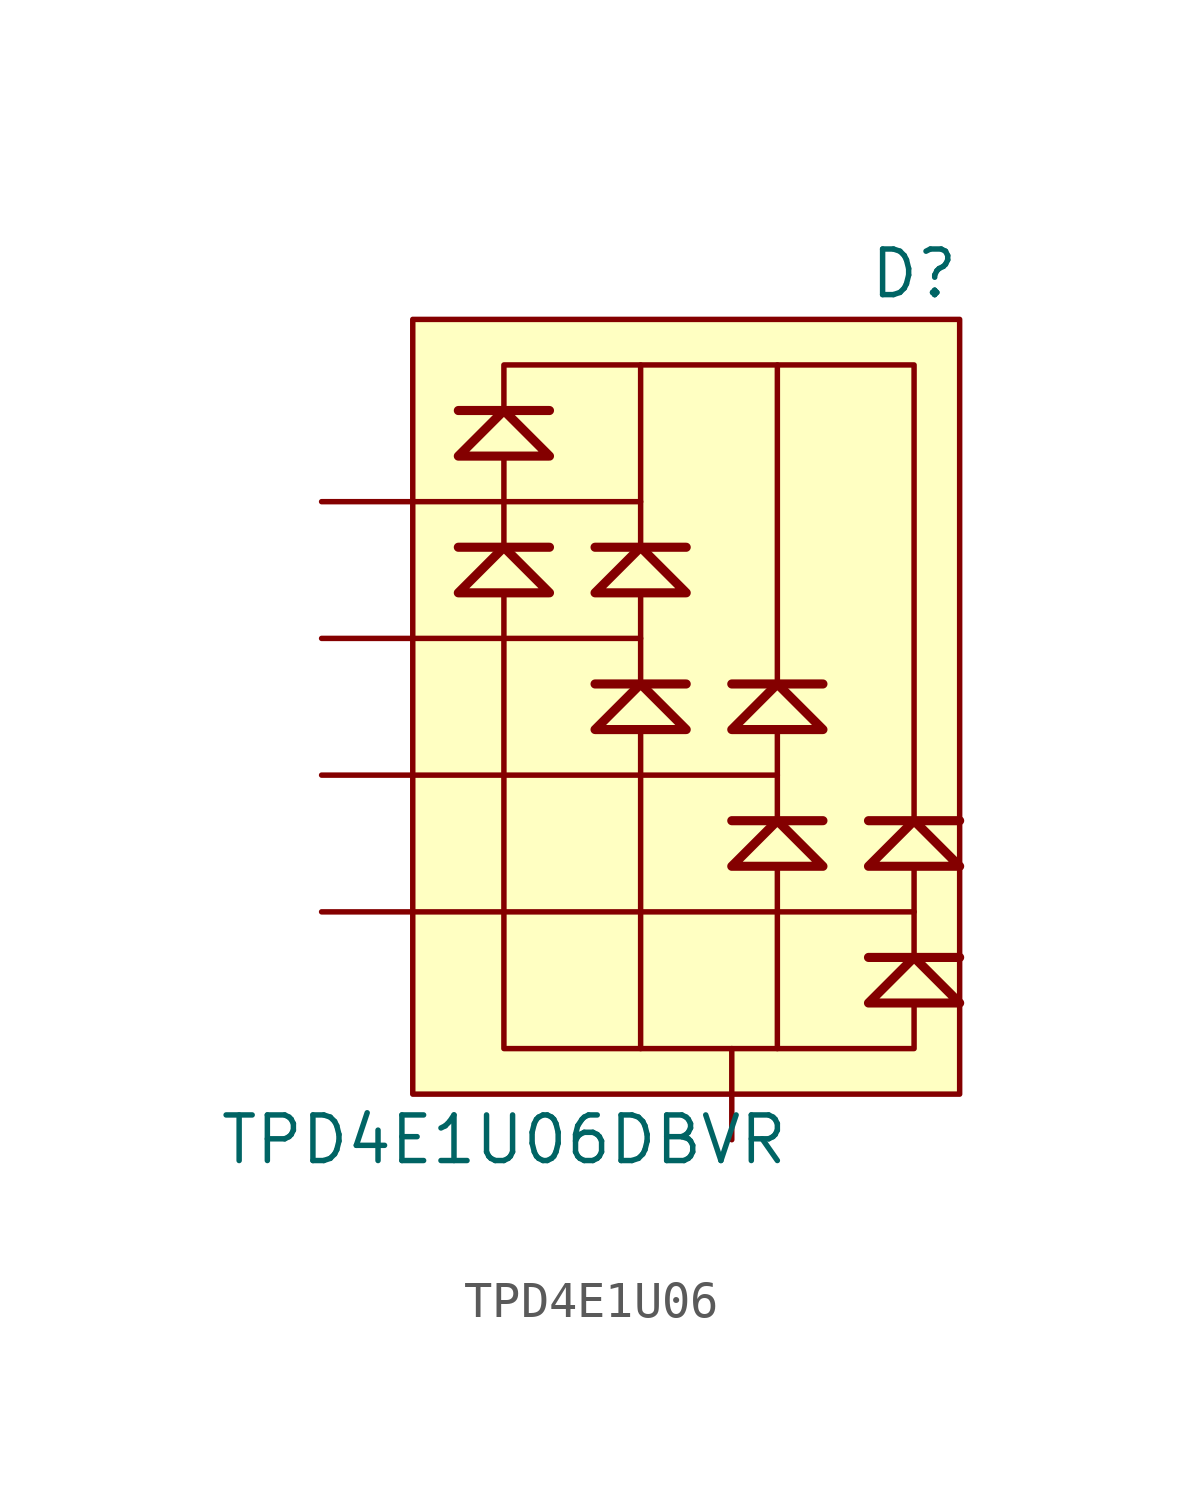
<source format=kicad_sym>
(kicad_symbol_lib
  (version 20220914)
  (generator kicad_symbol_editor)
  (symbol "TPD4E1U06"
    (pin_numbers hide)
    (pin_names
      (offset 1.016) hide)
    (property "Reference" "D"
      (at 5.08 12.7 0)
      (effects (font (size 1.27 1.27))))
    (property "Value" "TPD4E1U06DBVR"
      (at -6.35 -11.43 0)
      (effects (font (size 1.27 1.27))))
    (symbol "TPD4E1U06_0_1"
      (polyline (pts (xy -6.35 5.08) (xy -6.35 7.62)) (stroke (width 0) (type default)) (fill (type none)))
      (polyline (pts (xy -2.54 0) (xy -2.54 -8.89)) (stroke (width 0) (type default)) (fill (type none)))
      (polyline (pts (xy -2.54 1.27) (xy -2.54 3.81)) (stroke (width 0) (type default)) (fill (type none)))
      (polyline (pts (xy -2.54 2.54) (xy -8.89 2.54)) (stroke (width 0) (type default)) (fill (type none)))
      (polyline (pts (xy -2.54 5.08) (xy -2.54 10.16)) (stroke (width 0) (type default)) (fill (type none)))
      (polyline (pts (xy -2.54 6.35) (xy -8.89 6.35)) (stroke (width 0) (type default)) (fill (type none)))
      (polyline (pts (xy 1.27 -3.81) (xy 1.27 -8.89)) (stroke (width 0) (type default)) (fill (type none)))
      (polyline (pts (xy 1.27 -2.54) (xy 1.27 0)) (stroke (width 0) (type default)) (fill (type none)))
      (polyline (pts (xy 1.27 -1.27) (xy -8.89 -1.27)) (stroke (width 0) (type default)) (fill (type none)))
      (polyline (pts (xy 1.27 1.27) (xy 1.27 10.16)) (stroke (width 0) (type default)) (fill (type none)))
      (polyline (pts (xy 5.08 -6.35) (xy 5.08 -3.81)) (stroke (width 0) (type default)) (fill (type none)))
      (polyline (pts (xy 5.08 -5.08) (xy -8.89 -5.08)) (stroke (width 0) (type default)) (fill (type none)))
      (polyline (pts (xy -7.62 5.08) (xy -7.62 5.08) (xy -5.08 5.08) (xy -5.08 5.08)) (stroke (width 0.254) (type default)) (fill (type none)))
      (polyline (pts (xy -7.62 8.89) (xy -7.62 8.89) (xy -5.08 8.89) (xy -5.08 8.89)) (stroke (width 0.254) (type default)) (fill (type none)))
      (polyline (pts (xy -6.35 8.89) (xy -6.35 10.16) (xy 5.08 10.16) (xy 5.08 -2.54)) (stroke (width 0) (type default)) (fill (type none)))
      (polyline (pts (xy -3.81 1.27) (xy -3.81 1.27) (xy -1.27 1.27) (xy -1.27 1.27)) (stroke (width 0.254) (type default)) (fill (type none)))
      (polyline (pts (xy -3.81 5.08) (xy -3.81 5.08) (xy -1.27 5.08) (xy -1.27 5.08)) (stroke (width 0.254) (type default)) (fill (type none)))
      (polyline (pts (xy 0 -2.54) (xy 0 -2.54) (xy 2.54 -2.54) (xy 2.54 -2.54)) (stroke (width 0.254) (type default)) (fill (type none)))
      (polyline (pts (xy 0 1.27) (xy 0 1.27) (xy 2.54 1.27) (xy 2.54 1.27)) (stroke (width 0.254) (type default)) (fill (type none)))
      (polyline (pts (xy 3.81 -6.35) (xy 3.81 -6.35) (xy 6.35 -6.35) (xy 6.35 -6.35)) (stroke (width 0.254) (type default)) (fill (type none)))
      (polyline (pts (xy 3.81 -2.54) (xy 3.81 -2.54) (xy 6.35 -2.54) (xy 6.35 -2.54)) (stroke (width 0.254) (type default)) (fill (type none)))
      (polyline (pts (xy 5.08 -7.62) (xy 5.08 -8.89) (xy -6.35 -8.89) (xy -6.35 3.81)) (stroke (width 0) (type default)) (fill (type none)))
      (polyline (pts (xy -7.62 3.81) (xy -5.08 3.81) (xy -6.35 5.08) (xy -6.35 5.08) (xy -7.62 3.81)) (stroke (width 0.254) (type default)) (fill (type none)))
      (polyline (pts (xy -7.62 7.62) (xy -5.08 7.62) (xy -6.35 8.89) (xy -6.35 8.89) (xy -7.62 7.62)) (stroke (width 0.254) (type default)) (fill (type none)))
      (polyline (pts (xy -3.81 0) (xy -1.27 0) (xy -2.54 1.27) (xy -2.54 1.27) (xy -3.81 0)) (stroke (width 0.254) (type default)) (fill (type none)))
      (polyline (pts (xy -3.81 3.81) (xy -1.27 3.81) (xy -2.54 5.08) (xy -2.54 5.08) (xy -3.81 3.81)) (stroke (width 0.254) (type default)) (fill (type none)))
      (polyline (pts (xy 0 -3.81) (xy 2.54 -3.81) (xy 1.27 -2.54) (xy 1.27 -2.54) (xy 0 -3.81)) (stroke (width 0.254) (type default)) (fill (type none)))
      (polyline (pts (xy 0 0) (xy 2.54 0) (xy 1.27 1.27) (xy 1.27 1.27) (xy 0 0)) (stroke (width 0.254) (type default)) (fill (type none)))
      (polyline (pts (xy 3.81 -7.62) (xy 6.35 -7.62) (xy 5.08 -6.35) (xy 5.08 -6.35) (xy 3.81 -7.62)) (stroke (width 0.254) (type default)) (fill (type none)))
      (polyline (pts (xy 3.81 -3.81) (xy 6.35 -3.81) (xy 5.08 -2.54) (xy 5.08 -2.54) (xy 3.81 -3.81)) (stroke (width 0.254) (type default)) (fill (type none))))
    (symbol "TPD4E1U06_1_1"
      (rectangle (start -8.89 11.43) (end 6.35 -10.16) (stroke (width 0) (type default)) (fill (type background)))
      (pin passive line (at -11.43 6.35 0) (length 2.54) (name "D1+" (effects (font (size 1.27 1.27)))) (number "1" (effects (font (size 1.27 1.27)))))
      (pin power_in line (at 0 -11.43 90) (length 2.54) (name "GND" (effects (font (size 1.27 1.27)))) (number "2" (effects (font (size 1.27 1.27)))))
      (pin passive line (at -11.43 -5.08 0) (length 2.54) (name "D2-" (effects (font (size 1.27 1.27)))) (number "3" (effects (font (size 1.27 1.27)))))
      (pin passive line (at -11.43 -1.27 0) (length 2.54) (name "D2+" (effects (font (size 1.27 1.27)))) (number "4" (effects (font (size 1.27 1.27)))))
      (pin passive line (at -11.43 2.54 0) (length 2.54) (name "D1-" (effects (font (size 1.27 1.27)))) (number "6" (effects (font (size 1.27 1.27)))))
      (pin no_connect line (at 5.08 6.35 90) (length 2.54) hide (name "NC" (effects (font (size 1.27 1.27)))) (number "6" (effects (font (size 1.27 1.27))))))))
</source>
